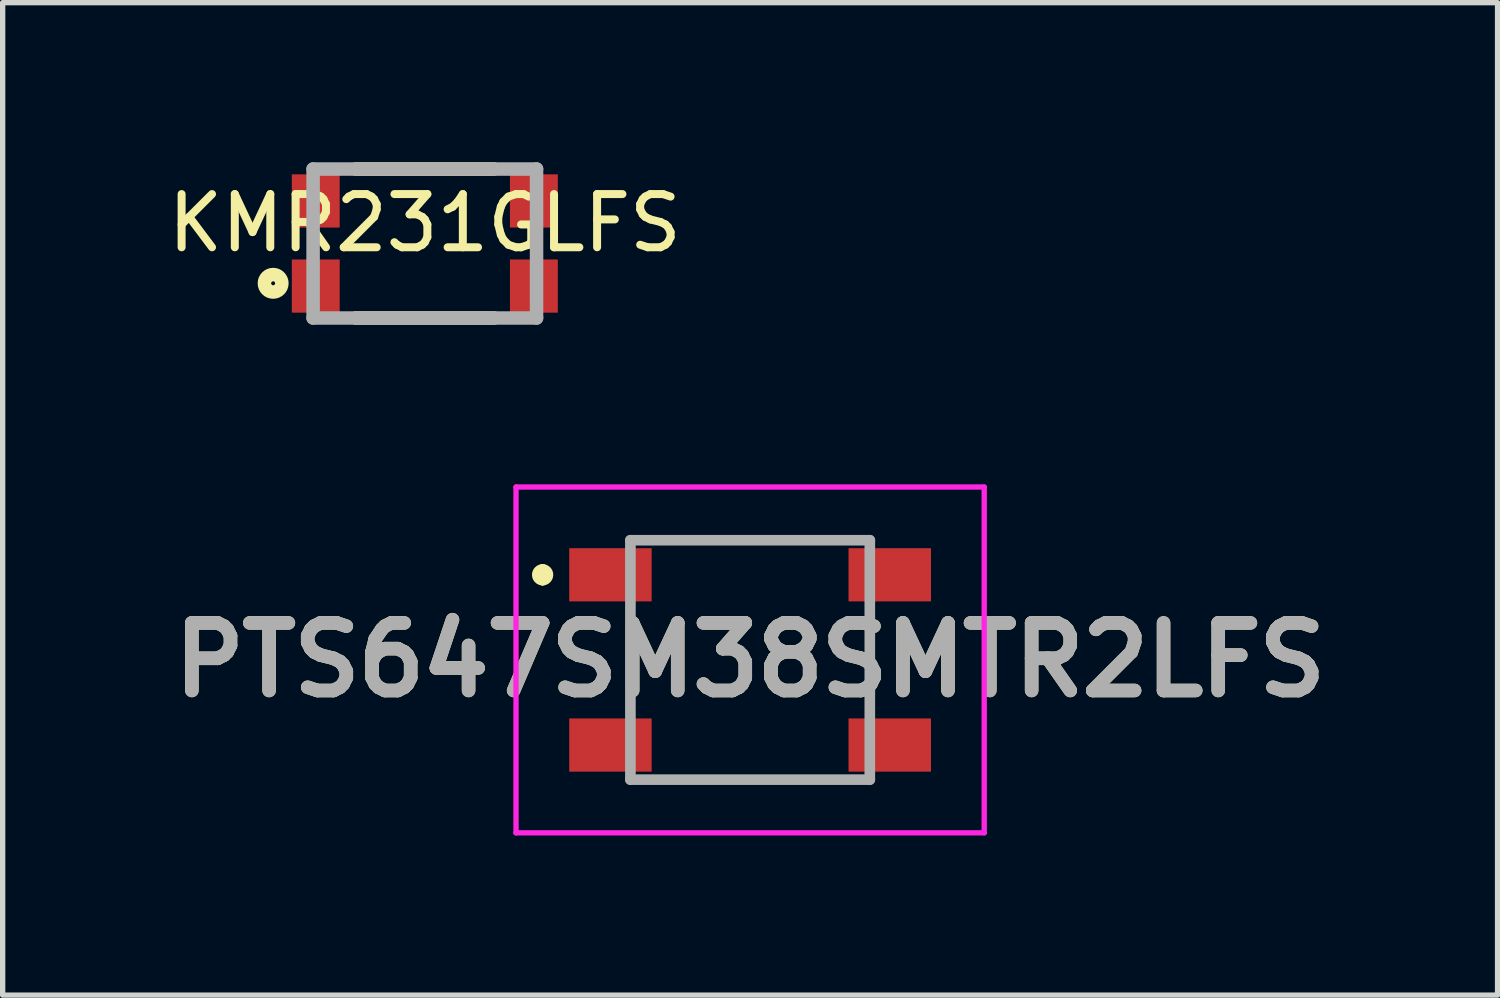
<source format=kicad_pcb>
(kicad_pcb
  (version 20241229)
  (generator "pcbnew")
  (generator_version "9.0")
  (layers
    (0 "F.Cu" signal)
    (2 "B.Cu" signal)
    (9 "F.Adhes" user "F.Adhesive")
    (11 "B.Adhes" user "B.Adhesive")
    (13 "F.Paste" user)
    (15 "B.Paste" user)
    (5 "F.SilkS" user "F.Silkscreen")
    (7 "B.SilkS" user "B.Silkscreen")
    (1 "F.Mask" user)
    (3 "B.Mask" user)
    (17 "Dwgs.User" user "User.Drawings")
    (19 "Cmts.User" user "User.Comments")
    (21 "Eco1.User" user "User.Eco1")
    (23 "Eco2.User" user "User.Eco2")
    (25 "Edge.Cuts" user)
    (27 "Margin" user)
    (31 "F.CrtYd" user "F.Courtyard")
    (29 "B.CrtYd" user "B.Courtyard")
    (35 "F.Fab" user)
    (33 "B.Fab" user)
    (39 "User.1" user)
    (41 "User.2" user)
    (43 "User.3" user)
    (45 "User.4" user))
  (footprint "KMR231GLFS"
    (layer "F.Cu")
    (at 4.711 1.397)
    (property "Reference" "KMR231GLFS" (at 0.224 -0.254 0) (unlocked yes) (layer "F.SilkS") (effects (font (size 1 1) (thickness 0.15))))
    (attr smd)
    (fp_line (start -1.076 -1.27) (end 1.524 -1.27) (stroke (width 0.254) (type solid)) (layer "F.SilkS"))
    (fp_line (start -1.076 1.53) (end 1.524 1.53) (stroke (width 0.254) (type solid)) (layer "F.SilkS"))
    (fp_circle (center -2.627 0.878) (end -2.627 0.915) (stroke (width 0.254) (type solid)) (fill no) (layer "F.SilkS"))
    (fp_line (start -1.876 -1.27) (end 2.324 -1.27) (stroke (width 0.254) (type solid)) (layer "F.Fab"))
    (fp_line (start -1.876 1.53) (end -1.876 -1.27) (stroke (width 0.254) (type solid)) (layer "F.Fab"))
    (fp_line (start 2.324 -1.27) (end 2.324 1.53) (stroke (width 0.254) (type solid)) (layer "F.Fab"))
    (fp_line (start 2.324 1.53) (end -1.876 1.53) (stroke (width 0.254) (type solid)) (layer "F.Fab"))
    (pad "1" smd rect (at 2.274 -0.67) (size 0.9 1) (layers "F.Cu" "F.Mask" "F.Paste"))
    (pad "2" smd rect (at 2.274 0.93) (size 0.9 1) (layers "F.Cu" "F.Mask" "F.Paste"))
    (pad "3" smd rect (at -1.826 0.93) (size 0.9 1) (layers "F.Cu" "F.Mask" "F.Paste"))
    (pad "4" smd rect (at -1.826 -0.67) (size 0.9 1) (layers "F.Cu" "F.Mask" "F.Paste")))
  (footprint "PTS647SM38SMTR2LFS"
    (layer "F.Cu")
    (at 11.049 9.354)
    (property "Reference" "PTS647SM38SMTR2LFS" (at 0 0 0) (layer "F.SilkS") (effects (font (size 1.27 1.27) (thickness 0.254))))
    (attr smd)
    (fp_line (start -3.9 -1.7) (end -3.9 -1.7) (stroke (width 0.2) (type solid)) (layer "F.SilkS"))
    (fp_line (start -3.9 -1.5) (end -3.9 -1.5) (stroke (width 0.2) (type solid)) (layer "F.SilkS"))
    (fp_line (start -2.25 -2.25) (end 2.25 -2.25) (stroke (width 0.1) (type solid)) (layer "F.SilkS"))
    (fp_line (start -2.25 0.5) (end -2.25 -0.5) (stroke (width 0.1) (type solid)) (layer "F.SilkS"))
    (fp_line (start -2.25 2.25) (end 2.25 2.25) (stroke (width 0.1) (type solid)) (layer "F.SilkS"))
    (fp_line (start 2.25 0.5) (end 2.25 -0.5) (stroke (width 0.1) (type solid)) (layer "F.SilkS"))
    (fp_arc (start -3.9 -1.7) (mid -3.8 -1.6) (end -3.9 -1.5) (stroke (width 0.2) (type solid)) (layer "F.SilkS"))
    (fp_arc (start -3.9 -1.5) (mid -4 -1.6) (end -3.9 -1.7) (stroke (width 0.2) (type solid)) (layer "F.SilkS"))
    (fp_line (start -4.4 -3.25) (end -4.4 3.25) (stroke (width 0.1) (type solid)) (layer "F.CrtYd"))
    (fp_line (start -4.4 3.25) (end 4.4 3.25) (stroke (width 0.1) (type solid)) (layer "F.CrtYd"))
    (fp_line (start 4.4 -3.25) (end -4.4 -3.25) (stroke (width 0.1) (type solid)) (layer "F.CrtYd"))
    (fp_line (start 4.4 3.25) (end 4.4 -3.25) (stroke (width 0.1) (type solid)) (layer "F.CrtYd"))
    (fp_line (start -2.25 -2.25) (end -2.25 2.25) (stroke (width 0.2) (type solid)) (layer "F.Fab"))
    (fp_line (start -2.25 2.25) (end 2.25 2.25) (stroke (width 0.2) (type solid)) (layer "F.Fab"))
    (fp_line (start 2.25 -2.25) (end -2.25 -2.25) (stroke (width 0.2) (type solid)) (layer "F.Fab"))
    (fp_line (start 2.25 2.25) (end 2.25 -2.25) (stroke (width 0.2) (type solid)) (layer "F.Fab"))
    (fp_text user "${REFERENCE}" (at 0 0 0) (layer "F.Fab") (effects (font (size 1.27 1.27) (thickness 0.254))))
    (pad "1" smd rect (at -2.625 -1.6 90) (size 1 1.55) (layers "F.Cu" "F.Mask" "F.Paste"))
    (pad "1" smd rect (at 2.625 -1.6 90) (size 1 1.55) (layers "F.Cu" "F.Mask" "F.Paste"))
    (pad "2" smd rect (at -2.625 1.6 90) (size 1 1.55) (layers "F.Cu" "F.Mask" "F.Paste"))
    (pad "2" smd rect (at 2.625 1.6 90) (size 1 1.55) (layers "F.Cu" "F.Mask" "F.Paste")))
  (gr_rect
    (start -3 -3)
    (end 25.098 15.654)
    (stroke (width 0.1) (type default))
    (fill no)
    (layer "Edge.Cuts")))
</source>
